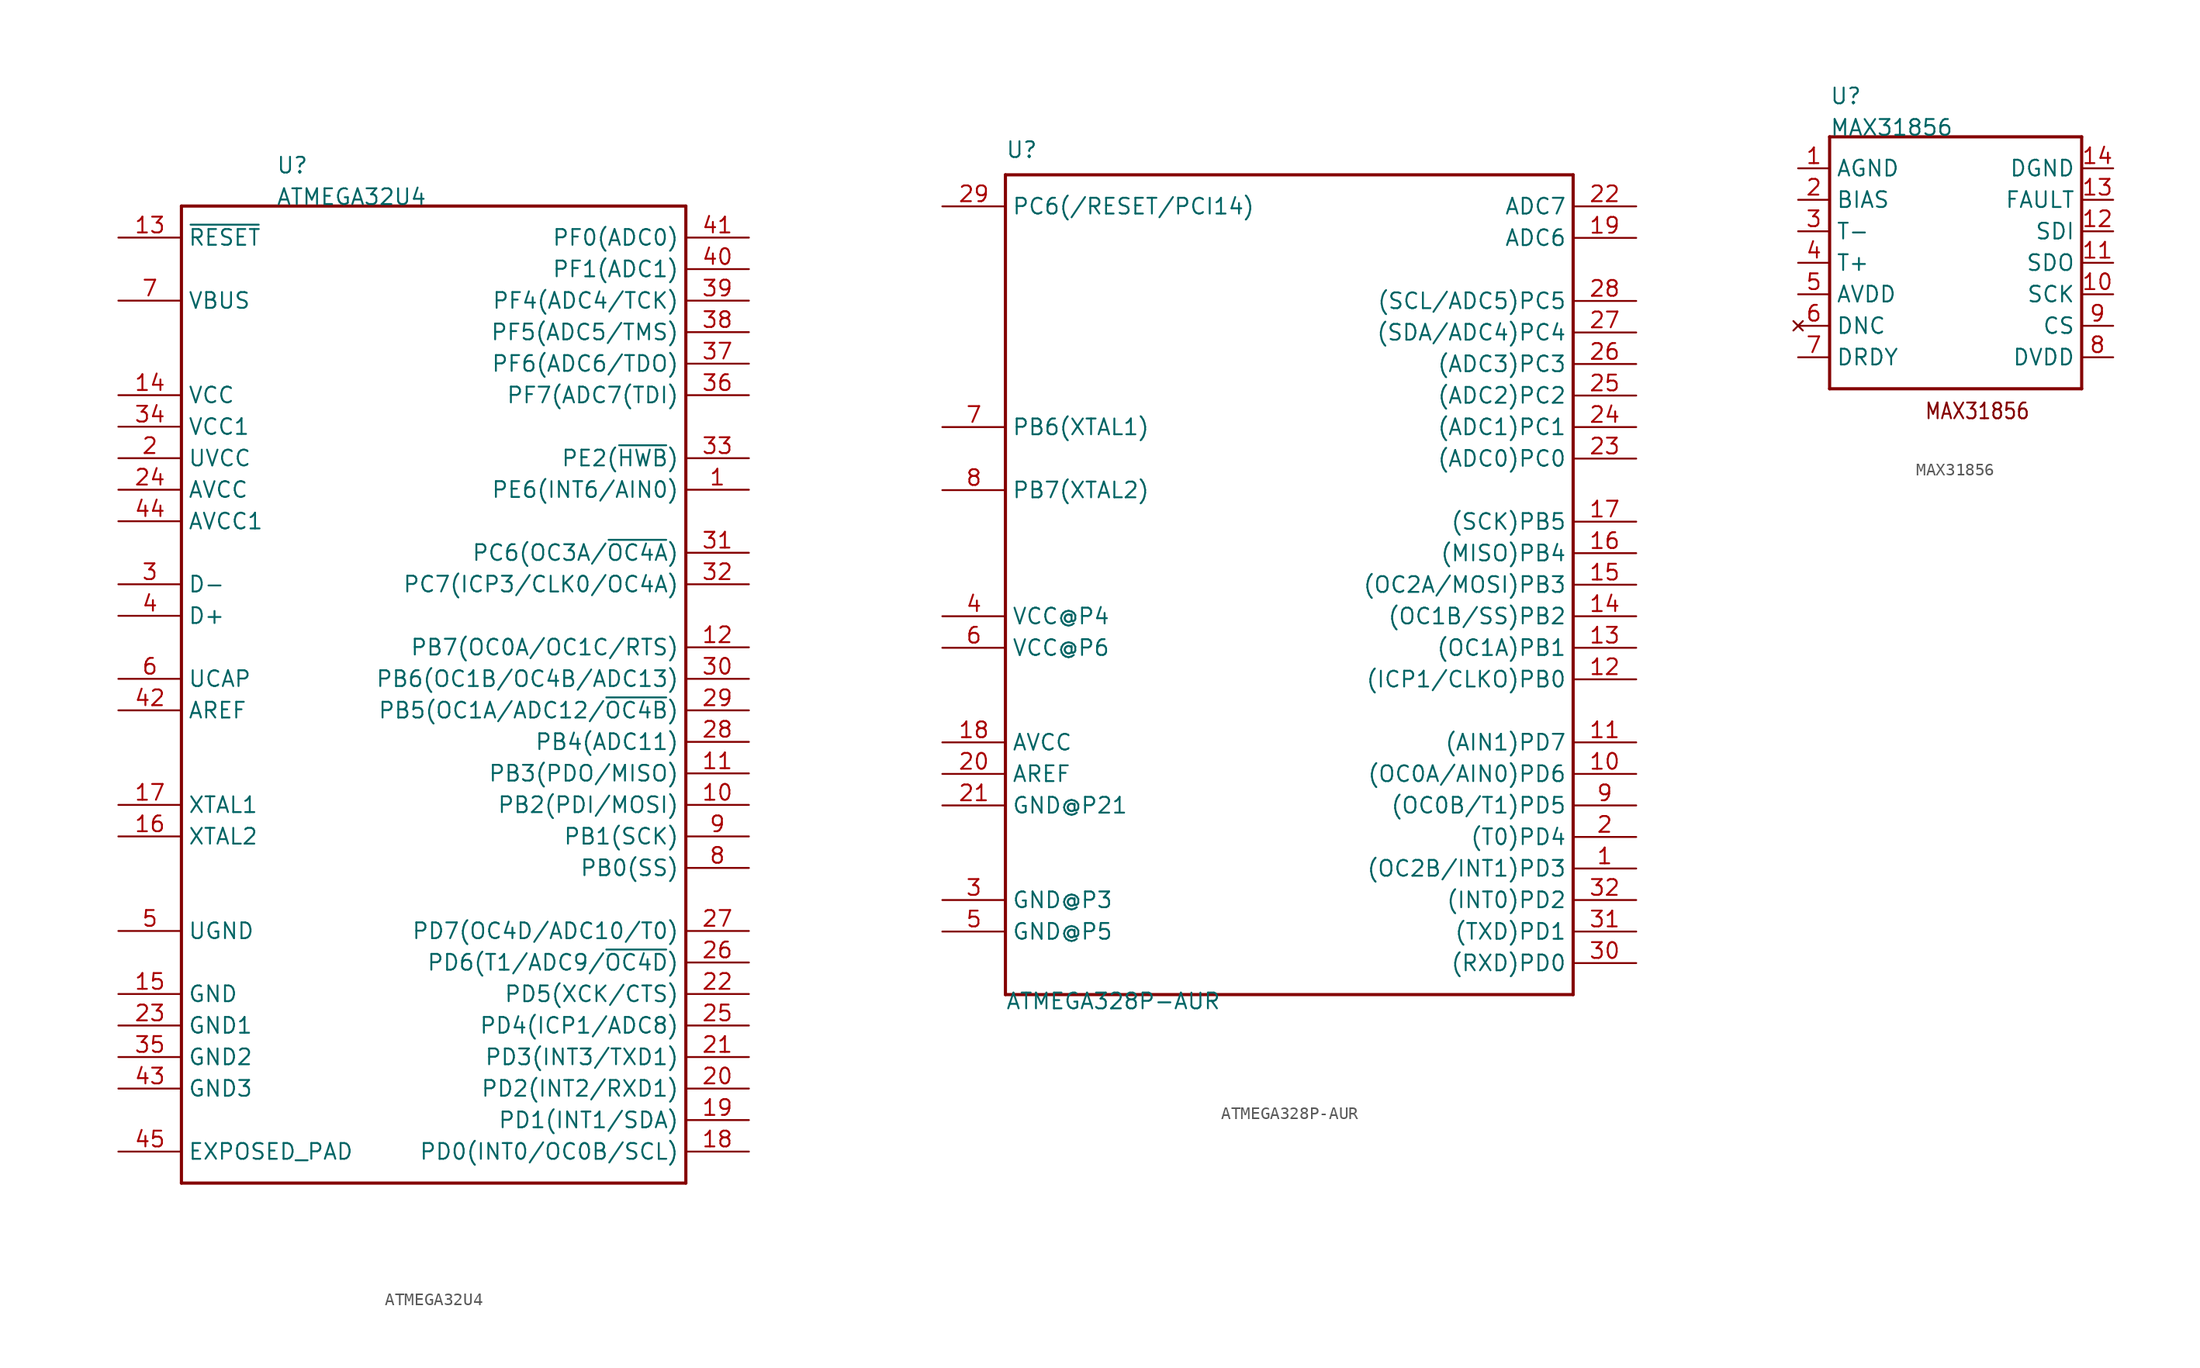
<source format=kicad_sym>
(kicad_symbol_lib
  (version 20211014)
  (generator kicad_symbol_editor)
  (symbol "ATMEGA32U4"
    (pin_names)
    (property "Reference" "U"
      (at -12.7 40.64 0)
      (effects (font (size 1.27 1.27)) (justify left bottom)))
    (property "Value" "ATMEGA32U4"
      (at -12.7 38.1 0)
      (effects (font (size 1.27 1.27)) (justify left bottom)))
    (property "Datasheet" ""
      (at 0 0 0))
    (property "ki_description" "ATmega32U4  -8-bit Microcontroller with 32K bytes of ISP Flash and USB Controller   Technical Specifications:    Core Processor: High Performance, Low Power AVRÃƒÆ’Ã¢â‚¬Å¡Ãƒâ€šÃ‚Â® 8-Bit Microcontroller   Speed: 16MHz       Component Search:  [DATA SHEET NAME]   Datasheet:  ATmega16U4/ATmega32U4 "
      (at 0 0 0))
    (property "ki_fp_filters" "FlashPCB_ICs:44-VQFN(7X7)-EXPOSED-PAD"
      (at 0 0 0))
    (symbol "ATMEGA32U4_1_1"
      (polyline (pts (xy -20.32 38.1) (xy 20.32 38.1)) (stroke (width 0.254)) (fill (type none)))
      (polyline (pts (xy 20.32 38.1) (xy 20.32 -40.64)) (stroke (width 0.254)) (fill (type none)))
      (polyline (pts (xy 20.32 -40.64) (xy -20.32 -40.64)) (stroke (width 0.254)) (fill (type none)))
      (polyline (pts (xy -20.32 -40.64) (xy -20.32 38.1)) (stroke (width 0.254)) (fill (type none)))
      (pin bidirectional line (at -25.4 -12.7 0) (length 5.08) (name "XTAL2" (effects (font (size 1.27 1.27)))) (number "16" (effects (font (size 1.27 1.27)))))
      (pin bidirectional line (at -25.4 -10.16 0) (length 5.08) (name "XTAL1" (effects (font (size 1.27 1.27)))) (number "17" (effects (font (size 1.27 1.27)))))
      (pin bidirectional line (at -25.4 -25.4 0) (length 5.08) (name "GND" (effects (font (size 1.27 1.27)))) (number "15" (effects (font (size 1.27 1.27)))))
      (pin bidirectional line (at -25.4 22.86 0) (length 5.08) (name "VCC" (effects (font (size 1.27 1.27)))) (number "14" (effects (font (size 1.27 1.27)))))
      (pin bidirectional line (at -25.4 17.78 0) (length 5.08) (name "UVCC" (effects (font (size 1.27 1.27)))) (number "2" (effects (font (size 1.27 1.27)))))
      (pin bidirectional line (at -25.4 -20.32 0) (length 5.08) (name "UGND" (effects (font (size 1.27 1.27)))) (number "5" (effects (font (size 1.27 1.27)))))
      (pin bidirectional line (at -25.4 7.62 0) (length 5.08) (name "D-" (effects (font (size 1.27 1.27)))) (number "3" (effects (font (size 1.27 1.27)))))
      (pin bidirectional line (at -25.4 15.24 0) (length 5.08) (name "AVCC" (effects (font (size 1.27 1.27)))) (number "24" (effects (font (size 1.27 1.27)))))
      (pin bidirectional line (at 25.4 -7.62 180) (length 5.08) (name "PB3(PDO/MISO)" (effects (font (size 1.27 1.27)))) (number "11" (effects (font (size 1.27 1.27)))))
      (pin bidirectional line (at 25.4 -10.16 180) (length 5.08) (name "PB2(PDI/MOSI)" (effects (font (size 1.27 1.27)))) (number "10" (effects (font (size 1.27 1.27)))))
      (pin bidirectional line (at 25.4 -12.7 180) (length 5.08) (name "PB1(SCK)" (effects (font (size 1.27 1.27)))) (number "9" (effects (font (size 1.27 1.27)))))
      (pin bidirectional line (at 25.4 -15.24 180) (length 5.08) (name "PB0(SS)" (effects (font (size 1.27 1.27)))) (number "8" (effects (font (size 1.27 1.27)))))
      (pin bidirectional line (at 25.4 -20.32 180) (length 5.08) (name "PD7(OC4D/ADC10/T0)" (effects (font (size 1.27 1.27)))) (number "27" (effects (font (size 1.27 1.27)))))
      (pin bidirectional line (at 25.4 -22.86 180) (length 5.08) (name "PD6(T1/ADC9/~{OC4D})" (effects (font (size 1.27 1.27)))) (number "26" (effects (font (size 1.27 1.27)))))
      (pin bidirectional line (at 25.4 -25.4 180) (length 5.08) (name "PD5(XCK/CTS)" (effects (font (size 1.27 1.27)))) (number "22" (effects (font (size 1.27 1.27)))))
      (pin bidirectional line (at 25.4 -27.94 180) (length 5.08) (name "PD4(ICP1/ADC8)" (effects (font (size 1.27 1.27)))) (number "25" (effects (font (size 1.27 1.27)))))
      (pin bidirectional line (at 25.4 -30.48 180) (length 5.08) (name "PD3(INT3/TXD1)" (effects (font (size 1.27 1.27)))) (number "21" (effects (font (size 1.27 1.27)))))
      (pin bidirectional line (at 25.4 -33.02 180) (length 5.08) (name "PD2(INT2/RXD1)" (effects (font (size 1.27 1.27)))) (number "20" (effects (font (size 1.27 1.27)))))
      (pin bidirectional line (at 25.4 -35.56 180) (length 5.08) (name "PD1(INT1/SDA)" (effects (font (size 1.27 1.27)))) (number "19" (effects (font (size 1.27 1.27)))))
      (pin bidirectional line (at 25.4 -38.1 180) (length 5.08) (name "PD0(INT0/OC0B/SCL)" (effects (font (size 1.27 1.27)))) (number "18" (effects (font (size 1.27 1.27)))))
      (pin bidirectional line (at 25.4 7.62 180) (length 5.08) (name "PC7(ICP3/CLK0/OC4A)" (effects (font (size 1.27 1.27)))) (number "32" (effects (font (size 1.27 1.27)))))
      (pin bidirectional line (at 25.4 10.16 180) (length 5.08) (name "PC6(OC3A/~{OC4A})" (effects (font (size 1.27 1.27)))) (number "31" (effects (font (size 1.27 1.27)))))
      (pin bidirectional line (at 25.4 -5.08 180) (length 5.08) (name "PB4(ADC11)" (effects (font (size 1.27 1.27)))) (number "28" (effects (font (size 1.27 1.27)))))
      (pin bidirectional line (at 25.4 0 180) (length 5.08) (name "PB6(OC1B/OC4B/ADC13)" (effects (font (size 1.27 1.27)))) (number "30" (effects (font (size 1.27 1.27)))))
      (pin bidirectional line (at 25.4 -2.54 180) (length 5.08) (name "PB5(OC1A/ADC12/~{OC4B})" (effects (font (size 1.27 1.27)))) (number "29" (effects (font (size 1.27 1.27)))))
      (pin bidirectional line (at 25.4 2.54 180) (length 5.08) (name "PB7(OC0A/OC1C/RTS)" (effects (font (size 1.27 1.27)))) (number "12" (effects (font (size 1.27 1.27)))))
      (pin bidirectional line (at -25.4 35.56 0) (length 5.08) (name "~{RESET}" (effects (font (size 1.27 1.27)))) (number "13" (effects (font (size 1.27 1.27)))))
      (pin bidirectional line (at -25.4 5.08 0) (length 5.08) (name "D+" (effects (font (size 1.27 1.27)))) (number "4" (effects (font (size 1.27 1.27)))))
      (pin bidirectional line (at -25.4 0 0) (length 5.08) (name "UCAP" (effects (font (size 1.27 1.27)))) (number "6" (effects (font (size 1.27 1.27)))))
      (pin bidirectional line (at 25.4 17.78 180) (length 5.08) (name "PE2(~{HWB})" (effects (font (size 1.27 1.27)))) (number "33" (effects (font (size 1.27 1.27)))))
      (pin bidirectional line (at 25.4 35.56 180) (length 5.08) (name "PF0(ADC0)" (effects (font (size 1.27 1.27)))) (number "41" (effects (font (size 1.27 1.27)))))
      (pin bidirectional line (at 25.4 33.02 180) (length 5.08) (name "PF1(ADC1)" (effects (font (size 1.27 1.27)))) (number "40" (effects (font (size 1.27 1.27)))))
      (pin bidirectional line (at 25.4 30.48 180) (length 5.08) (name "PF4(ADC4/TCK)" (effects (font (size 1.27 1.27)))) (number "39" (effects (font (size 1.27 1.27)))))
      (pin bidirectional line (at 25.4 27.94 180) (length 5.08) (name "PF5(ADC5/TMS)" (effects (font (size 1.27 1.27)))) (number "38" (effects (font (size 1.27 1.27)))))
      (pin bidirectional line (at 25.4 25.4 180) (length 5.08) (name "PF6(ADC6/TDO)" (effects (font (size 1.27 1.27)))) (number "37" (effects (font (size 1.27 1.27)))))
      (pin bidirectional line (at 25.4 22.86 180) (length 5.08) (name "PF7(ADC7(TDI)" (effects (font (size 1.27 1.27)))) (number "36" (effects (font (size 1.27 1.27)))))
      (pin bidirectional line (at 25.4 15.24 180) (length 5.08) (name "PE6(INT6/AIN0)" (effects (font (size 1.27 1.27)))) (number "1" (effects (font (size 1.27 1.27)))))
      (pin bidirectional line (at -25.4 30.48 0) (length 5.08) (name "VBUS" (effects (font (size 1.27 1.27)))) (number "7" (effects (font (size 1.27 1.27)))))
      (pin bidirectional line (at -25.4 -27.94 0) (length 5.08) (name "GND1" (effects (font (size 1.27 1.27)))) (number "23" (effects (font (size 1.27 1.27)))))
      (pin bidirectional line (at -25.4 12.7 0) (length 5.08) (name "AVCC1" (effects (font (size 1.27 1.27)))) (number "44" (effects (font (size 1.27 1.27)))))
      (pin bidirectional line (at -25.4 20.32 0) (length 5.08) (name "VCC1" (effects (font (size 1.27 1.27)))) (number "34" (effects (font (size 1.27 1.27)))))
      (pin bidirectional line (at -25.4 -2.54 0) (length 5.08) (name "AREF" (effects (font (size 1.27 1.27)))) (number "42" (effects (font (size 1.27 1.27)))))
      (pin bidirectional line (at -25.4 -30.48 0) (length 5.08) (name "GND2" (effects (font (size 1.27 1.27)))) (number "35" (effects (font (size 1.27 1.27)))))
      (pin bidirectional line (at -25.4 -33.02 0) (length 5.08) (name "GND3" (effects (font (size 1.27 1.27)))) (number "43" (effects (font (size 1.27 1.27)))))
      (pin bidirectional line (at -25.4 -38.1 0) (length 5.08) (name "EXPOSED_PAD" (effects (font (size 1.27 1.27)))) (number "45" (effects (font (size 1.27 1.27)))))))
  (symbol "ATMEGA328P-AUR"
    (pin_names)
    (property "Reference" "U"
      (at -22.86 34.29 0)
      (effects (font (size 1.27 1.27)) (justify left bottom)))
    (property "Value" "ATMEGA328P-AUR"
      (at -22.86 -34.29 0)
      (effects (font (size 1.27 1.27)) (justify left bottom)))
    (property "Datasheet" ""
      (at 0 0 0))
    (property "ki_description" "ATmega328P-AUR  - A low power, CMOS 8-bit microcontrollers based on the AVRÃ‚Â® enhanced RISC architecture   Technical Specifications:    SRAM : 512/1K/1K/2KBytes   EEPROM: 256/512/512/1KBytes       Component Search:  [DATA SHEET NAME]   Datasheet:  megaAVRÃ‚Â® Data Sheet "
      (at 0 0 0))
    (property "ki_fp_filters" "FlashPCB_ICs:32-TQFP"
      (at 0 0 0))
    (symbol "ATMEGA328P-AUR_1_1"
      (polyline (pts (xy -22.86 33.02) (xy 22.86 33.02)) (stroke (width 0.254)) (fill (type none)))
      (polyline (pts (xy 22.86 33.02) (xy 22.86 -33.02)) (stroke (width 0.254)) (fill (type none)))
      (polyline (pts (xy 22.86 -33.02) (xy -22.86 -33.02)) (stroke (width 0.254)) (fill (type none)))
      (polyline (pts (xy -22.86 -33.02) (xy -22.86 33.02)) (stroke (width 0.254)) (fill (type none)))
      (pin bidirectional line (at 27.94 5.08 180) (length 5.08) (name "(SCK)PB5" (effects (font (size 1.27 1.27)))) (number "17" (effects (font (size 1.27 1.27)))))
      (pin bidirectional line (at -27.94 7.62 0) (length 5.08) (name "PB7(XTAL2)" (effects (font (size 1.27 1.27)))) (number "8" (effects (font (size 1.27 1.27)))))
      (pin bidirectional line (at -27.94 12.7 0) (length 5.08) (name "PB6(XTAL1)" (effects (font (size 1.27 1.27)))) (number "7" (effects (font (size 1.27 1.27)))))
      (pin power_in line (at -27.94 -25.4 0) (length 5.08) (name "GND@P3" (effects (font (size 1.27 1.27)))) (number "3" (effects (font (size 1.27 1.27)))))
      (pin power_in line (at -27.94 -2.54 0) (length 5.08) (name "VCC@P4" (effects (font (size 1.27 1.27)))) (number "4" (effects (font (size 1.27 1.27)))))
      (pin power_in line (at -27.94 -15.24 0) (length 5.08) (name "AREF" (effects (font (size 1.27 1.27)))) (number "20" (effects (font (size 1.27 1.27)))))
      (pin power_in line (at -27.94 -12.7 0) (length 5.08) (name "AVCC" (effects (font (size 1.27 1.27)))) (number "18" (effects (font (size 1.27 1.27)))))
      (pin bidirectional line (at 27.94 2.54 180) (length 5.08) (name "(MISO)PB4" (effects (font (size 1.27 1.27)))) (number "16" (effects (font (size 1.27 1.27)))))
      (pin bidirectional line (at 27.94 0 180) (length 5.08) (name "(OC2A/MOSI)PB3" (effects (font (size 1.27 1.27)))) (number "15" (effects (font (size 1.27 1.27)))))
      (pin bidirectional line (at 27.94 -2.54 180) (length 5.08) (name "(OC1B/SS)PB2" (effects (font (size 1.27 1.27)))) (number "14" (effects (font (size 1.27 1.27)))))
      (pin bidirectional line (at 27.94 -5.08 180) (length 5.08) (name "(OC1A)PB1" (effects (font (size 1.27 1.27)))) (number "13" (effects (font (size 1.27 1.27)))))
      (pin bidirectional line (at 27.94 -7.62 180) (length 5.08) (name "(ICP1/CLKO)PB0" (effects (font (size 1.27 1.27)))) (number "12" (effects (font (size 1.27 1.27)))))
      (pin bidirectional line (at 27.94 -12.7 180) (length 5.08) (name "(AIN1)PD7" (effects (font (size 1.27 1.27)))) (number "11" (effects (font (size 1.27 1.27)))))
      (pin bidirectional line (at 27.94 -15.24 180) (length 5.08) (name "(OC0A/AIN0)PD6" (effects (font (size 1.27 1.27)))) (number "10" (effects (font (size 1.27 1.27)))))
      (pin bidirectional line (at 27.94 -17.78 180) (length 5.08) (name "(OC0B/T1)PD5" (effects (font (size 1.27 1.27)))) (number "9" (effects (font (size 1.27 1.27)))))
      (pin bidirectional line (at 27.94 -20.32 180) (length 5.08) (name "(T0)PD4" (effects (font (size 1.27 1.27)))) (number "2" (effects (font (size 1.27 1.27)))))
      (pin bidirectional line (at 27.94 -22.86 180) (length 5.08) (name "(OC2B/INT1)PD3" (effects (font (size 1.27 1.27)))) (number "1" (effects (font (size 1.27 1.27)))))
      (pin bidirectional line (at 27.94 -25.4 180) (length 5.08) (name "(INT0)PD2" (effects (font (size 1.27 1.27)))) (number "32" (effects (font (size 1.27 1.27)))))
      (pin bidirectional line (at 27.94 -27.94 180) (length 5.08) (name "(TXD)PD1" (effects (font (size 1.27 1.27)))) (number "31" (effects (font (size 1.27 1.27)))))
      (pin bidirectional line (at 27.94 -30.48 180) (length 5.08) (name "(RXD)PD0" (effects (font (size 1.27 1.27)))) (number "30" (effects (font (size 1.27 1.27)))))
      (pin bidirectional line (at 27.94 22.86 180) (length 5.08) (name "(SCL/ADC5)PC5" (effects (font (size 1.27 1.27)))) (number "28" (effects (font (size 1.27 1.27)))))
      (pin bidirectional line (at 27.94 20.32 180) (length 5.08) (name "(SDA/ADC4)PC4" (effects (font (size 1.27 1.27)))) (number "27" (effects (font (size 1.27 1.27)))))
      (pin bidirectional line (at 27.94 17.78 180) (length 5.08) (name "(ADC3)PC3" (effects (font (size 1.27 1.27)))) (number "26" (effects (font (size 1.27 1.27)))))
      (pin bidirectional line (at 27.94 15.24 180) (length 5.08) (name "(ADC2)PC2" (effects (font (size 1.27 1.27)))) (number "25" (effects (font (size 1.27 1.27)))))
      (pin bidirectional line (at 27.94 12.7 180) (length 5.08) (name "(ADC1)PC1" (effects (font (size 1.27 1.27)))) (number "24" (effects (font (size 1.27 1.27)))))
      (pin bidirectional line (at 27.94 10.16 180) (length 5.08) (name "(ADC0)PC0" (effects (font (size 1.27 1.27)))) (number "23" (effects (font (size 1.27 1.27)))))
      (pin input line (at -27.94 30.48 0) (length 5.08) (name "PC6(/RESET/PCI14)" (effects (font (size 1.27 1.27)))) (number "29" (effects (font (size 1.27 1.27)))))
      (pin power_in line (at -27.94 -27.94 0) (length 5.08) (name "GND@P5" (effects (font (size 1.27 1.27)))) (number "5" (effects (font (size 1.27 1.27)))))
      (pin power_in line (at -27.94 -5.08 0) (length 5.08) (name "VCC@P6" (effects (font (size 1.27 1.27)))) (number "6" (effects (font (size 1.27 1.27)))))
      (pin input line (at 27.94 27.94 180) (length 5.08) (name "ADC6" (effects (font (size 1.27 1.27)))) (number "19" (effects (font (size 1.27 1.27)))))
      (pin input line (at 27.94 30.48 180) (length 5.08) (name "ADC7" (effects (font (size 1.27 1.27)))) (number "22" (effects (font (size 1.27 1.27)))))
      (pin power_in line (at -27.94 -17.78 0) (length 5.08) (name "GND@P21" (effects (font (size 1.27 1.27)))) (number "21" (effects (font (size 1.27 1.27)))))))
  (symbol "MAX31856"
    (pin_names)
    (property "Reference" "U"
      (at -10.16 12.7 0)
      (effects (font (size 1.27 1.27)) (justify left bottom)))
    (property "Value" "MAX31856"
      (at -10.16 10.16 0)
      (effects (font (size 1.27 1.27)) (justify left bottom)))
    (property "Datasheet" ""
      (at 0 0 0))
    (property "ki_description" "MAX31856MUD+T  - IC CONV THERMOCOUPLE 14TSSOP   Technical Specifications:    Thermocouple Scale: -20ÃƒÆ’Ã¢â‚¬Å¡Ãƒâ€šÃ‚Â°C to 85ÃƒÆ’Ã¢â‚¬Å¡Ãƒâ€šÃ‚Â°C   Resolution: 19-bit .0078125ÃƒÆ’Ã¢â‚¬Å¡Ãƒâ€šÃ‚Â°C       Component Search:  [DATA SHEET NAME]   Datasheet:  MAX31856 "
      (at 0 0 0))
    (property "ki_fp_filters" "FlashPCB_ICs:14-TSSOP(4.4MMX5.0MM)"
      (at 0 0 0))
    (symbol "MAX31856_1_1"
      (text "MAX31856" (at -2.54 -12.7 0) (effects (font (size 1.27 1.086)) (justify left bottom)))
      (polyline (pts (xy -10.16 10.16) (xy 10.16 10.16)) (stroke (width 0.254)) (fill (type none)))
      (polyline (pts (xy 10.16 10.16) (xy 10.16 -10.16)) (stroke (width 0.254)) (fill (type none)))
      (polyline (pts (xy 10.16 -10.16) (xy -10.16 -10.16)) (stroke (width 0.254)) (fill (type none)))
      (polyline (pts (xy -10.16 -10.16) (xy -10.16 10.16)) (stroke (width 0.254)) (fill (type none)))
      (pin power_in line (at -12.7 7.62 0) (length 2.54) (name "AGND" (effects (font (size 1.27 1.27)))) (number "1" (effects (font (size 1.27 1.27)))))
      (pin input line (at -12.7 5.08 0) (length 2.54) (name "BIAS" (effects (font (size 1.27 1.27)))) (number "2" (effects (font (size 1.27 1.27)))))
      (pin input line (at -12.7 2.54 0) (length 2.54) (name "T-" (effects (font (size 1.27 1.27)))) (number "3" (effects (font (size 1.27 1.27)))))
      (pin input line (at -12.7 0 0) (length 2.54) (name "T+" (effects (font (size 1.27 1.27)))) (number "4" (effects (font (size 1.27 1.27)))))
      (pin power_in line (at -12.7 -2.54 0) (length 2.54) (name "AVDD" (effects (font (size 1.27 1.27)))) (number "5" (effects (font (size 1.27 1.27)))))
      (pin no_connect line (at -12.7 -5.08 0) (length 2.54) (name "DNC" (effects (font (size 1.27 1.27)))) (number "6" (effects (font (size 1.27 1.27)))))
      (pin bidirectional line (at -12.7 -7.62 0) (length 2.54) (name "DRDY" (effects (font (size 1.27 1.27)))) (number "7" (effects (font (size 1.27 1.27)))))
      (pin bidirectional line (at 12.7 -7.62 180) (length 2.54) (name "DVDD" (effects (font (size 1.27 1.27)))) (number "8" (effects (font (size 1.27 1.27)))))
      (pin bidirectional line (at 12.7 -5.08 180) (length 2.54) (name "CS" (effects (font (size 1.27 1.27)))) (number "9" (effects (font (size 1.27 1.27)))))
      (pin bidirectional line (at 12.7 -2.54 180) (length 2.54) (name "SCK" (effects (font (size 1.27 1.27)))) (number "10" (effects (font (size 1.27 1.27)))))
      (pin bidirectional line (at 12.7 0 180) (length 2.54) (name "SDO" (effects (font (size 1.27 1.27)))) (number "11" (effects (font (size 1.27 1.27)))))
      (pin bidirectional line (at 12.7 2.54 180) (length 2.54) (name "SDI" (effects (font (size 1.27 1.27)))) (number "12" (effects (font (size 1.27 1.27)))))
      (pin bidirectional line (at 12.7 5.08 180) (length 2.54) (name "FAULT" (effects (font (size 1.27 1.27)))) (number "13" (effects (font (size 1.27 1.27)))))
      (pin power_in line (at 12.7 7.62 180) (length 2.54) (name "DGND" (effects (font (size 1.27 1.27)))) (number "14" (effects (font (size 1.27 1.27))))))))
</source>
